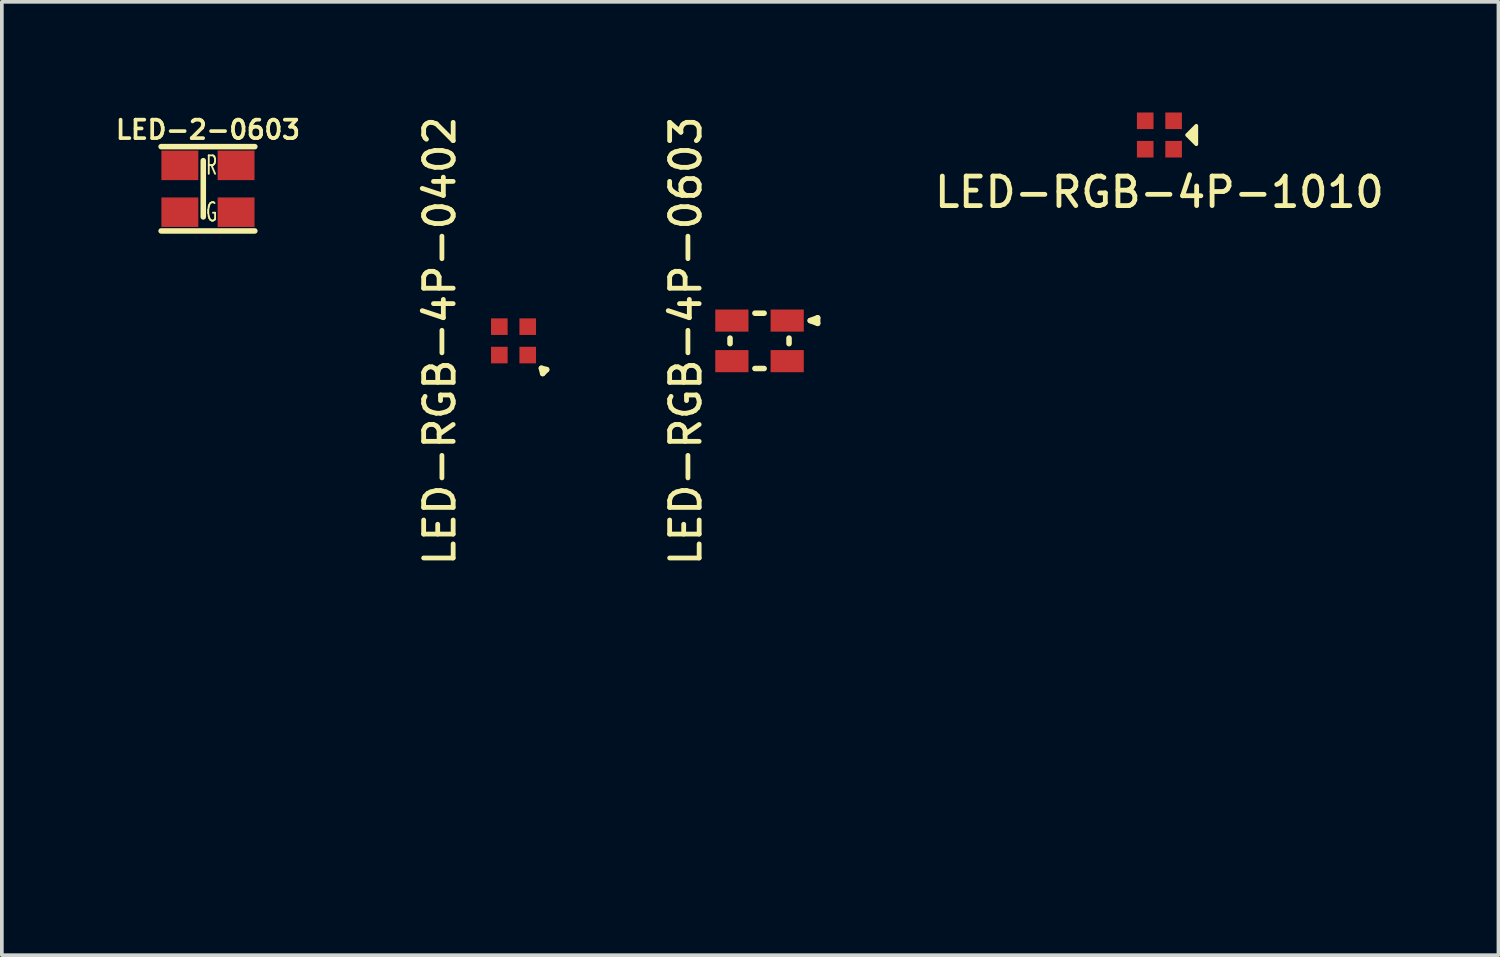
<source format=kicad_pcb>
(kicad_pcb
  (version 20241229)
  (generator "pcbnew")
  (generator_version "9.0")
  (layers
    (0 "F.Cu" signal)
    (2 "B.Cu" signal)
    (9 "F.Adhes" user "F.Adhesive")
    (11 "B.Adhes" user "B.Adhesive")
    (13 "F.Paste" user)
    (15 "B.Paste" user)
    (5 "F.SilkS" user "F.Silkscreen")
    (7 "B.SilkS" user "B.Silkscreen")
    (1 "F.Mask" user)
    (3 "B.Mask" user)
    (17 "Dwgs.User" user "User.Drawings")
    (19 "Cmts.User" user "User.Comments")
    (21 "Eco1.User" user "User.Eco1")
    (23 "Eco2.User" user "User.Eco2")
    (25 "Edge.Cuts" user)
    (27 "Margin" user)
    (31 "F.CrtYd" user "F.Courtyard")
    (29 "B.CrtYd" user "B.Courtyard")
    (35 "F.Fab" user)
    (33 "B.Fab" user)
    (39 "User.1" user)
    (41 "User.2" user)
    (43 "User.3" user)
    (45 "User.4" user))
  (footprint "LED-2-0603"
    (layer "F.Cu")
    (at 2.588 2.068)
    (property "Reference" "LED-2-0603" (at 0 -1.6 0) (layer "F.SilkS") (effects (font (size 0.5 0.5) (thickness 0.1))))
    (attr through_hole)
    (fp_line (start -1.27 -1.143) (end 1.27 -1.143) (stroke (width 0.15) (type solid)) (layer "F.SilkS"))
    (fp_line (start -0.127 -0.762) (end -0.127 0.762) (stroke (width 0.15) (type solid)) (layer "F.SilkS"))
    (fp_line (start 1.27 1.143) (end -1.27 1.143) (stroke (width 0.15) (type solid)) (layer "F.SilkS"))
    (fp_text user "R" (at 0.1 -0.635 0) (layer "F.SilkS") (effects (font (size 0.5 0.3) (thickness 0.05))))
    (fp_text user "G" (at 0.1 0.635 0) (layer "F.SilkS") (effects (font (size 0.5 0.3) (thickness 0.05))))
    (pad "1" smd rect (at -0.762 -0.635) (size 1 0.8) (layers "F.Cu" "F.Mask" "F.Paste"))
    (pad "2" smd rect (at 0.762 -0.635) (size 1 0.8) (layers "F.Cu" "F.Mask" "F.Paste"))
    (pad "3" smd rect (at -0.762 0.635) (size 1 0.8) (layers "F.Cu" "F.Mask" "F.Paste"))
    (pad "4" smd rect (at 0.762 0.635) (size 1 0.8) (layers "F.Cu" "F.Mask" "F.Paste")))
  (footprint "LOGO-4.0x4.5mm-Mask"
    (layer "F.Cu")
    (at 14.231 17.611)
    (property "Reference" "LOGO-4.0x4.5mm-Mask" (at 0 0 0) (layer "F.Mask") (effects (font (size 1.524 1.524) (thickness 0.3))))
    (attr through_hole)
    (fp_poly (pts (xy 0.015 -1.654) (xy 0.037 -1.65) (xy 0.064 -1.642) (xy 0.097 -1.629) (xy 0.141 -1.609) (xy 0.197 -1.58) (xy 0.268 -1.541) (xy 0.358 -1.491) (xy 0.468 -1.429) (xy 0.601 -1.353) (xy 0.741 -1.273) (xy 0.904 -1.179) (xy 1.049 -1.095) (xy 1.174 -1.02) (xy 1.277 -0.957) (xy 1.357 -0.907) (xy 1.412 -0.87) (xy 1.44 -0.848) (xy 1.442 -0.846) (xy 1.45 -0.835) (xy 1.456 -0.822) (xy 1.462 -0.805) (xy 1.466 -0.78) (xy 1.469 -0.745) (xy 1.472 -0.696) (xy 1.474 -0.632) (xy 1.475 -0.549) (xy 1.476 -0.444) (xy 1.476 -0.315) (xy 1.476 -0.158) (xy 1.476 0.006) (xy 1.476 0.189) (xy 1.476 0.342) (xy 1.476 0.469) (xy 1.475 0.571) (xy 1.473 0.652) (xy 1.472 0.714) (xy 1.469 0.761) (xy 1.465 0.795) (xy 1.461 0.819) (xy 1.456 0.836) (xy 1.449 0.848) (xy 1.442 0.859) (xy 1.418 0.88) (xy 1.365 0.916) (xy 1.285 0.967) (xy 1.178 1.033) (xy 1.044 1.112) (xy 0.885 1.205) (xy 0.741 1.288) (xy 0.584 1.378) (xy 0.452 1.453) (xy 0.344 1.514) (xy 0.257 1.563) (xy 0.187 1.6) (xy 0.132 1.628) (xy 0.09 1.647) (xy 0.057 1.66) (xy 0.032 1.667) (xy 0.011 1.67) (xy 0 1.67) (xy -0.059 1.664) (xy -0.112 1.649) (xy -0.124 1.644) (xy -0.175 1.616) (xy -0.247 1.576) (xy -0.336 1.525) (xy -0.438 1.467) (xy -0.55 1.403) (xy -0.668 1.335) (xy -0.789 1.266) (xy -0.909 1.196) (xy -1.024 1.129) (xy -1.13 1.067) (xy -1.226 1.011) (xy -1.305 0.964) (xy -1.366 0.927) (xy -1.405 0.903) (xy -1.416 0.895) (xy -1.436 0.877) (xy -1.452 0.859) (xy -1.465 0.838) (xy -1.475 0.811) (xy -1.484 0.774) (xy -1.49 0.725) (xy -1.494 0.661) (xy -1.497 0.579) (xy -1.499 0.476) (xy -1.5 0.349) (xy -1.501 0.195) (xy -1.021 0.195) (xy -1.019 0.286) (xy -1.015 0.356) (xy -1.009 0.408) (xy -0.999 0.446) (xy -0.987 0.474) (xy -0.971 0.495) (xy -0.964 0.502) (xy -0.925 0.541) (xy 0 0.541) (xy 0 -0.459) (xy 0.198 -0.459) (xy 0.198 0.541) (xy 0.412 0.541) (xy 0.412 0.164) (xy 1.039 0.164) (xy 1.039 -0.016) (xy 0.412 -0.016) (xy 0.412 -0.279) (xy 1.052 -0.279) (xy 1.06 -0.331) (xy 1.057 -0.38) (xy 1.03 -0.421) (xy 1.029 -0.421) (xy 1.016 -0.433) (xy 1.002 -0.442) (xy 0.982 -0.449) (xy 0.952 -0.453) (xy 0.908 -0.456) (xy 0.845 -0.458) (xy 0.76 -0.459) (xy 0.648 -0.459) (xy 0.595 -0.459) (xy 0.198 -0.459) (xy 0 -0.459) (xy -0.214 -0.459) (xy -0.214 0.344) (xy -0.791 0.344) (xy -0.796 -0.053) (xy -0.8 -0.451) (xy -1.014 -0.451) (xy -1.019 -0.066) (xy -1.021 0.079) (xy -1.021 0.195) (xy -1.501 0.195) (xy -1.501 0.195) (xy -1.501 0.012) (xy -1.501 0.006) (xy -1.501 -0.171) (xy -1.501 -0.318) (xy -1.5 -0.438) (xy -1.499 -0.535) (xy -1.497 -0.611) (xy -1.495 -0.67) (xy -1.492 -0.714) (xy -1.488 -0.747) (xy -1.483 -0.772) (xy -1.477 -0.791) (xy -1.469 -0.808) (xy -1.468 -0.81) (xy -1.461 -0.826) (xy -1.453 -0.841) (xy -1.444 -0.854) (xy -1.43 -0.869) (xy -1.41 -0.886) (xy -1.38 -0.907) (xy -1.339 -0.933) (xy -1.284 -0.967) (xy -1.213 -1.009) (xy -1.123 -1.061) (xy -1.012 -1.124) (xy -0.878 -1.201) (xy -0.718 -1.293) (xy -0.69 -1.309) (xy -0.541 -1.394) (xy -0.418 -1.464) (xy -0.318 -1.52) (xy -0.238 -1.564) (xy -0.174 -1.597) (xy -0.125 -1.622) (xy -0.087 -1.638) (xy -0.057 -1.648) (xy -0.033 -1.653) (xy -0.012 -1.655) (xy -0.005 -1.655) (xy 0.015 -1.654)) (stroke (width 0.01) (type solid)) (fill yes) (layer "F.Mask"))
    (fp_poly (pts (xy 0.032 -2.219) (xy 0.048 -2.215) (xy 0.076 -2.202) (xy 0.13 -2.175) (xy 0.205 -2.134) (xy 0.3 -2.083) (xy 0.41 -2.021) (xy 0.532 -1.952) (xy 0.665 -1.877) (xy 0.804 -1.797) (xy 0.947 -1.715) (xy 1.092 -1.632) (xy 1.234 -1.549) (xy 1.371 -1.469) (xy 1.5 -1.394) (xy 1.618 -1.324) (xy 1.722 -1.261) (xy 1.809 -1.208) (xy 1.876 -1.166) (xy 1.92 -1.137) (xy 1.938 -1.123) (xy 1.945 -1.113) (xy 1.95 -1.102) (xy 1.955 -1.085) (xy 1.959 -1.062) (xy 1.963 -1.03) (xy 1.965 -0.986) (xy 1.968 -0.927) (xy 1.969 -0.852) (xy 1.971 -0.757) (xy 1.972 -0.641) (xy 1.973 -0.501) (xy 1.974 -0.335) (xy 1.975 -0.139) (xy 1.975 -0.014) (xy 1.976 0.206) (xy 1.977 0.397) (xy 1.977 0.559) (xy 1.977 0.696) (xy 1.976 0.81) (xy 1.973 0.902) (xy 1.97 0.977) (xy 1.965 1.035) (xy 1.959 1.079) (xy 1.951 1.112) (xy 1.941 1.137) (xy 1.93 1.154) (xy 1.915 1.168) (xy 1.899 1.18) (xy 1.884 1.189) (xy 1.863 1.202) (xy 1.815 1.23) (xy 1.744 1.271) (xy 1.652 1.324) (xy 1.542 1.388) (xy 1.416 1.46) (xy 1.278 1.54) (xy 1.129 1.625) (xy 0.972 1.715) (xy 0.958 1.723) (xy 0.77 1.83) (xy 0.609 1.922) (xy 0.472 2) (xy 0.357 2.064) (xy 0.261 2.116) (xy 0.182 2.157) (xy 0.118 2.188) (xy 0.067 2.209) (xy 0.027 2.223) (xy -0.006 2.229) (xy -0.033 2.229) (xy -0.057 2.224) (xy -0.079 2.216) (xy -0.102 2.204) (xy -0.107 2.201) (xy -0.138 2.184) (xy -0.193 2.153) (xy -0.269 2.11) (xy -0.364 2.056) (xy -0.475 1.993) (xy -0.597 1.923) (xy -0.728 1.848) (xy -0.865 1.77) (xy -1.004 1.69) (xy -1.143 1.611) (xy -1.278 1.533) (xy -1.407 1.46) (xy -1.525 1.392) (xy -1.63 1.331) (xy -1.718 1.28) (xy -1.787 1.24) (xy -1.833 1.213) (xy -1.853 1.202) (xy -1.912 1.148) (xy -1.947 1.093) (xy -1.954 1.077) (xy -1.959 1.06) (xy -1.964 1.037) (xy -1.967 1.007) (xy -1.971 0.967) (xy -1.973 0.915) (xy -1.975 0.848) (xy -1.976 0.763) (xy -1.977 0.657) (xy -1.978 0.529) (xy -1.979 0.376) (xy -1.979 0.195) (xy -1.979 0.003) (xy -1.979 -0.061) (xy -1.8 -0.061) (xy -1.8 0.099) (xy -1.799 0.258) (xy -1.798 0.411) (xy -1.796 0.554) (xy -1.794 0.686) (xy -1.792 0.801) (xy -1.789 0.898) (xy -1.785 0.971) (xy -1.781 1.018) (xy -1.777 1.035) (xy -1.758 1.049) (xy -1.714 1.077) (xy -1.649 1.117) (xy -1.565 1.167) (xy -1.467 1.224) (xy -1.358 1.287) (xy -1.286 1.328) (xy -1.147 1.408) (xy -0.992 1.496) (xy -0.832 1.587) (xy -0.675 1.677) (xy -0.529 1.76) (xy -0.406 1.83) (xy -0.301 1.89) (xy -0.205 1.944) (xy -0.121 1.99) (xy -0.055 2.025) (xy -0.009 2.049) (xy 0.013 2.059) (xy 0.014 2.059) (xy 0.03 2.05) (xy 0.072 2.026) (xy 0.138 1.989) (xy 0.224 1.94) (xy 0.329 1.88) (xy 0.45 1.811) (xy 0.585 1.734) (xy 0.731 1.651) (xy 0.882 1.565) (xy 1.037 1.476) (xy 1.184 1.392) (xy 1.32 1.314) (xy 1.443 1.243) (xy 1.55 1.181) (xy 1.639 1.13) (xy 1.707 1.09) (xy 1.751 1.063) (xy 1.769 1.052) (xy 1.775 1.045) (xy 1.78 1.034) (xy 1.784 1.017) (xy 1.788 0.99) (xy 1.79 0.952) (xy 1.793 0.9) (xy 1.794 0.832) (xy 1.796 0.745) (xy 1.797 0.636) (xy 1.797 0.504) (xy 1.798 0.346) (xy 1.798 0.159) (xy 1.798 0.000493) (xy 1.798 -1.026) (xy 0.936 -1.519) (xy 0.781 -1.608) (xy 0.633 -1.692) (xy 0.496 -1.77) (xy 0.372 -1.841) (xy 0.263 -1.903) (xy 0.173 -1.954) (xy 0.103 -1.994) (xy 0.057 -2.02) (xy 0.037 -2.031) (xy 0.027 -2.033) (xy 0.013 -2.032) (xy -0.008 -2.026) (xy -0.039 -2.014) (xy -0.08 -1.994) (xy -0.134 -1.966) (xy -0.204 -1.928) (xy -0.292 -1.88) (xy -0.399 -1.82) (xy -0.528 -1.747) (xy -0.681 -1.66) (xy -0.86 -1.558) (xy -0.878 -1.547) (xy -1.035 -1.458) (xy -1.183 -1.372) (xy -1.32 -1.293) (xy -1.444 -1.221) (xy -1.552 -1.157) (xy -1.642 -1.104) (xy -1.711 -1.062) (xy -1.757 -1.033) (xy -1.777 -1.02) (xy -1.777 -1.019) (xy -1.782 -0.997) (xy -1.786 -0.946) (xy -1.789 -0.87) (xy -1.792 -0.77) (xy -1.795 -0.652) (xy -1.797 -0.519) (xy -1.798 -0.373) (xy -1.799 -0.22) (xy -1.8 -0.061) (xy -1.979 -0.061) (xy -1.979 -0.205) (xy -1.979 -0.383) (xy -1.979 -0.534) (xy -1.978 -0.659) (xy -1.977 -0.762) (xy -1.976 -0.845) (xy -1.974 -0.91) (xy -1.971 -0.961) (xy -1.968 -0.999) (xy -1.964 -1.027) (xy -1.96 -1.048) (xy -1.954 -1.064) (xy -1.948 -1.079) (xy -1.947 -1.081) (xy -1.915 -1.129) (xy -1.877 -1.17) (xy -1.868 -1.176) (xy -1.844 -1.191) (xy -1.795 -1.22) (xy -1.723 -1.262) (xy -1.632 -1.315) (xy -1.525 -1.377) (xy -1.405 -1.446) (xy -1.275 -1.521) (xy -1.138 -1.599) (xy -0.998 -1.68) (xy -0.858 -1.76) (xy -0.72 -1.839) (xy -0.588 -1.914) (xy -0.464 -1.984) (xy -0.353 -2.047) (xy -0.258 -2.101) (xy -0.18 -2.144) (xy -0.124 -2.175) (xy -0.093 -2.192) (xy -0.093 -2.192) (xy -0.041 -2.215) (xy -0.004 -2.224) (xy 0.032 -2.219)) (stroke (width 0.01) (type solid)) (fill yes) (layer "F.Mask")))
  (footprint "LED-RGB-4P-0603"
    (layer "F.Cu")
    (at 17.541 6.191)
    (property "Reference" "LED-RGB-4P-0603" (at -2 0 90) (layer "F.SilkS") (effects (font (size 0.8 0.8) (thickness 0.13))))
    (attr through_hole)
    (fp_line (start -0.8 -0.075) (end -0.8 0.075) (stroke (width 0.15) (type solid)) (layer "F.SilkS"))
    (fp_line (start -0.125 -0.75) (end 0.125 -0.75) (stroke (width 0.15) (type solid)) (layer "F.SilkS"))
    (fp_line (start 0.125 0.75) (end -0.125 0.75) (stroke (width 0.15) (type solid)) (layer "F.SilkS"))
    (fp_line (start 0.8 -0.075) (end 0.8 0.075) (stroke (width 0.15) (type solid)) (layer "F.SilkS"))
    (fp_line (start 1.375 -0.55) (end 1.575 -0.625) (stroke (width 0.15) (type solid)) (layer "F.SilkS"))
    (fp_line (start 1.575 -0.625) (end 1.575 -0.475) (stroke (width 0.15) (type solid)) (layer "F.SilkS"))
    (fp_line (start 1.575 -0.475) (end 1.375 -0.55) (stroke (width 0.15) (type solid)) (layer "F.SilkS"))
    (pad "1" smd rect (at 0.75 0.55) (size 0.9 0.6) (layers "F.Cu" "F.Mask" "F.Paste"))
    (pad "2" smd rect (at -0.75 0.55) (size 0.9 0.6) (layers "F.Cu" "F.Mask" "F.Paste"))
    (pad "3" smd rect (at 0.75 -0.55) (size 0.9 0.6) (layers "F.Cu" "F.Mask" "F.Paste"))
    (pad "4" smd rect (at -0.75 -0.55) (size 0.9 0.6) (layers "F.Cu" "F.Mask" "F.Paste")))
  (footprint "LED-RGB-4P-0402"
    (layer "F.Cu")
    (at 10.872 6.191)
    (property "Reference" "LED-RGB-4P-0402" (at -2 0 90) (layer "F.SilkS") (effects (font (size 0.8 0.8) (thickness 0.13))))
    (attr through_hole)
    (fp_line (start 0.756 0.743) (end 0.897 0.779) (stroke (width 0.15) (type solid)) (layer "F.SilkS"))
    (fp_line (start 0.791 0.885) (end 0.756 0.743) (stroke (width 0.15) (type solid)) (layer "F.SilkS"))
    (fp_line (start 0.897 0.779) (end 0.791 0.885) (stroke (width 0.15) (type solid)) (layer "F.SilkS"))
    (pad "1" smd rect (at 0.385 0.385) (size 0.45 0.45) (layers "F.Cu" "F.Mask" "F.Paste"))
    (pad "2" smd rect (at -0.385 0.385) (size 0.45 0.45) (layers "F.Cu" "F.Mask" "F.Paste"))
    (pad "3" smd rect (at 0.385 -0.385) (size 0.45 0.45) (layers "F.Cu" "F.Mask" "F.Paste"))
    (pad "4" smd rect (at -0.385 -0.385) (size 0.45 0.45) (layers "F.Cu" "F.Mask" "F.Paste")))
  (footprint "LED-RGB-4P-1010"
    (layer "F.Cu")
    (at 28.382 0.61)
    (property "Reference" "LED-RGB-4P-1010" (at 0 1.55 180) (layer "F.SilkS") (effects (font (size 0.8 0.8) (thickness 0.13))))
    (attr through_hole)
    (fp_poly (pts (xy 1 0.25) (xy 0.75 0) (xy 1 -0.25)) (stroke (width 0.1) (type solid)) (fill yes) (layer "F.SilkS"))
    (pad "1" smd rect (at 0.385 -0.385) (size 0.45 0.45) (layers "F.Cu" "F.Mask" "F.Paste"))
    (pad "2" smd rect (at 0.385 0.385) (size 0.45 0.45) (layers "F.Cu" "F.Mask" "F.Paste"))
    (pad "3" smd rect (at -0.385 0.385) (size 0.45 0.45) (layers "F.Cu" "F.Mask" "F.Paste"))
    (pad "4" smd rect (at -0.385 -0.385) (size 0.45 0.45) (layers "F.Cu" "F.Mask" "F.Paste")))
  (gr_rect
    (start -3 -3)
    (end 37.573 22.845)
    (stroke (width 0.1) (type default))
    (fill no)
    (layer "Edge.Cuts")))
</source>
